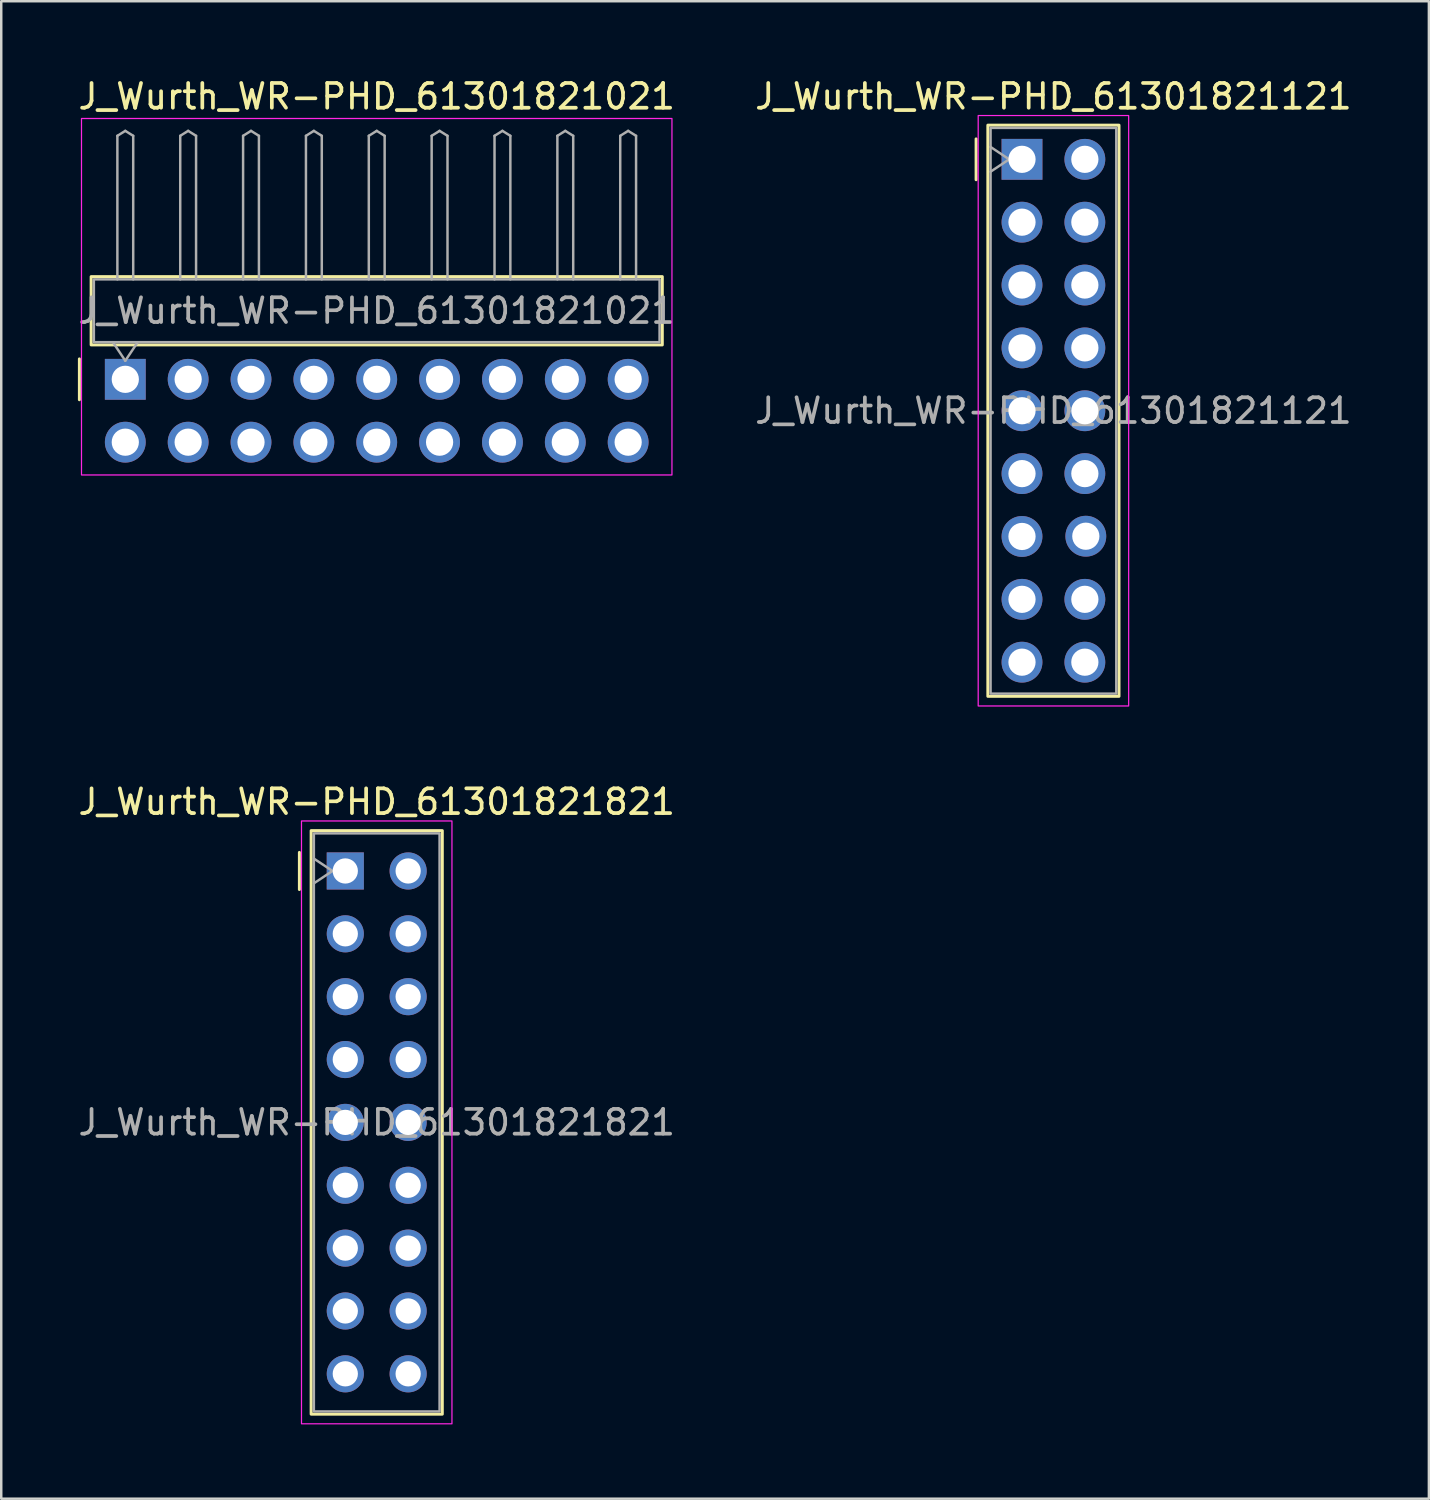
<source format=kicad_pcb>
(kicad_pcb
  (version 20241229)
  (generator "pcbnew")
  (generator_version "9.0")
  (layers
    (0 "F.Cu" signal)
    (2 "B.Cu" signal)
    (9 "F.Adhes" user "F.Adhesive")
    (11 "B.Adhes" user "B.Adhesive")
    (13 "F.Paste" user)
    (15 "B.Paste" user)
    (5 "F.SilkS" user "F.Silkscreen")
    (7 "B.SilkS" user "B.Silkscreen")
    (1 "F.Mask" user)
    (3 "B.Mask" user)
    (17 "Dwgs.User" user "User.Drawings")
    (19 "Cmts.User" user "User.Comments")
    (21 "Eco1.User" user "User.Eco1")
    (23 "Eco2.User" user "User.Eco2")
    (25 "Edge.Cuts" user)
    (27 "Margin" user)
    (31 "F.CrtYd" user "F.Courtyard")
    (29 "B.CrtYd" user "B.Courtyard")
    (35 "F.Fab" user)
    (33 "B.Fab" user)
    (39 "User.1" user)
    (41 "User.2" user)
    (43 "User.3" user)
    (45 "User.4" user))
  (footprint "J_Wurth_WR-PHD_61301821821"
    (layer "F.Cu")
    (at 10.903 32.145)
    (property "Reference" "J_Wurth_WR-PHD_61301821821" (at 1.27 -2.794 0) (unlocked yes) (layer "F.SilkS") (effects (font (size 1 1) (thickness 0.15))))
    (attr through_hole)
    (fp_line (start -1.855 -0.75) (end -1.855 0.75) (stroke (width 0.12) (type solid)) (layer "F.SilkS"))
    (fp_rect (start -1.38 -1.63) (end 3.92 21.95) (stroke (width 0.12) (type solid)) (fill no) (layer "F.SilkS"))
    (fp_rect (start -1.77 -2.02) (end 4.31 22.34) (stroke (width 0.05) (type solid)) (fill no) (layer "F.CrtYd"))
    (fp_line (start -1.27 -0.5) (end -0.52 0) (stroke (width 0.1) (type solid)) (layer "F.Fab"))
    (fp_line (start -0.52 0) (end -1.27 0.5) (stroke (width 0.1) (type solid)) (layer "F.Fab"))
    (fp_rect (start -1.27 -1.52) (end 3.81 21.84) (stroke (width 0.1) (type solid)) (fill no) (layer "F.Fab"))
    (fp_text user "${REFERENCE}" (at 1.27 10.16 0) (unlocked yes) (layer "F.Fab") (effects (font (size 1 1) (thickness 0.15))))
    (pad "1" thru_hole rect (at 0 0) (size 1.5 1.5) (drill 1.02) (layers "*.Cu" "*.Mask"))
    (pad "2" thru_hole circle (at 2.54 0) (size 1.5 1.5) (drill 1.02) (layers "*.Cu" "*.Mask"))
    (pad "3" thru_hole circle (at 0 2.54) (size 1.5 1.5) (drill 1.02) (layers "*.Cu" "*.Mask"))
    (pad "4" thru_hole circle (at 2.54 2.54) (size 1.5 1.5) (drill 1.02) (layers "*.Cu" "*.Mask"))
    (pad "5" thru_hole circle (at 0 5.08) (size 1.5 1.5) (drill 1.02) (layers "*.Cu" "*.Mask"))
    (pad "6" thru_hole circle (at 2.54 5.08) (size 1.5 1.5) (drill 1.02) (layers "*.Cu" "*.Mask"))
    (pad "7" thru_hole circle (at 0 7.62) (size 1.5 1.5) (drill 1.02) (layers "*.Cu" "*.Mask"))
    (pad "8" thru_hole circle (at 2.54 7.62) (size 1.5 1.5) (drill 1.02) (layers "*.Cu" "*.Mask"))
    (pad "9" thru_hole circle (at 0 10.16) (size 1.5 1.5) (drill 1.02) (layers "*.Cu" "*.Mask"))
    (pad "10" thru_hole circle (at 2.54 10.16) (size 1.5 1.5) (drill 1.02) (layers "*.Cu" "*.Mask"))
    (pad "11" thru_hole circle (at 0 12.7) (size 1.5 1.5) (drill 1.02) (layers "*.Cu" "*.Mask"))
    (pad "12" thru_hole circle (at 2.54 12.7) (size 1.5 1.5) (drill 1.02) (layers "*.Cu" "*.Mask"))
    (pad "13" thru_hole circle (at 0 15.24) (size 1.5 1.5) (drill 1.02) (layers "*.Cu" "*.Mask"))
    (pad "14" thru_hole circle (at 2.54 15.24) (size 1.5 1.5) (drill 1.02) (layers "*.Cu" "*.Mask"))
    (pad "15" thru_hole circle (at 0 17.78) (size 1.5 1.5) (drill 1.02) (layers "*.Cu" "*.Mask"))
    (pad "16" thru_hole circle (at 2.54 17.78) (size 1.5 1.5) (drill 1.02) (layers "*.Cu" "*.Mask"))
    (pad "17" thru_hole circle (at 0 20.32) (size 1.5 1.5) (drill 1.02) (layers "*.Cu" "*.Mask"))
    (pad "18" thru_hole circle (at 2.54 20.32) (size 1.5 1.5) (drill 1.02) (layers "*.Cu" "*.Mask")))
  (footprint "J_Wurth_WR-PHD_61301821021"
    (layer "F.Cu")
    (at 2.013 12.278)
    (property "Reference" "J_Wurth_WR-PHD_61301821021" (at 10.16 -11.43 0) (unlocked yes) (layer "F.SilkS") (effects (font (size 1 1) (thickness 0.15))))
    (attr through_hole)
    (fp_line (start -1.855 -0.825) (end -1.855 0.825) (stroke (width 0.12) (type solid)) (layer "F.SilkS"))
    (fp_rect (start -1.38 -4.15) (end 21.7 -1.39) (stroke (width 0.12) (type solid)) (fill no) (layer "F.SilkS"))
    (fp_rect (start -1.77 -10.54) (end 22.09 3.865) (stroke (width 0.05) (type solid)) (fill no) (layer "F.CrtYd"))
    (fp_line (start -0.32 -9.84) (end -0.32 -4.04) (stroke (width 0.1) (type solid)) (layer "F.Fab"))
    (fp_line (start 0 -10.04) (end -0.32 -9.84) (stroke (width 0.1) (type solid)) (layer "F.Fab"))
    (fp_line (start 0 -0.75) (end -0.5 -1.5) (stroke (width 0.1) (type solid)) (layer "F.Fab"))
    (fp_line (start 0 -0.75) (end 0.5 -1.5) (stroke (width 0.1) (type solid)) (layer "F.Fab"))
    (fp_line (start 0.32 -9.84) (end 0 -10.04) (stroke (width 0.1) (type default)) (layer "F.Fab"))
    (fp_line (start 0.32 -4.04) (end 0.32 -9.84) (stroke (width 0.1) (type solid)) (layer "F.Fab"))
    (fp_line (start 2.22 -9.84) (end 2.22 -4.04) (stroke (width 0.1) (type solid)) (layer "F.Fab"))
    (fp_line (start 2.54 -10.04) (end 2.22 -9.84) (stroke (width 0.1) (type solid)) (layer "F.Fab"))
    (fp_line (start 2.86 -9.84) (end 2.54 -10.04) (stroke (width 0.1) (type default)) (layer "F.Fab"))
    (fp_line (start 2.86 -4.04) (end 2.86 -9.84) (stroke (width 0.1) (type solid)) (layer "F.Fab"))
    (fp_line (start 4.76 -9.84) (end 4.76 -4.04) (stroke (width 0.1) (type solid)) (layer "F.Fab"))
    (fp_line (start 5.08 -10.04) (end 4.76 -9.84) (stroke (width 0.1) (type solid)) (layer "F.Fab"))
    (fp_line (start 5.4 -9.84) (end 5.08 -10.04) (stroke (width 0.1) (type default)) (layer "F.Fab"))
    (fp_line (start 5.4 -4.04) (end 5.4 -9.84) (stroke (width 0.1) (type solid)) (layer "F.Fab"))
    (fp_line (start 7.3 -9.84) (end 7.3 -4.04) (stroke (width 0.1) (type solid)) (layer "F.Fab"))
    (fp_line (start 7.62 -10.04) (end 7.3 -9.84) (stroke (width 0.1) (type solid)) (layer "F.Fab"))
    (fp_line (start 7.94 -9.84) (end 7.62 -10.04) (stroke (width 0.1) (type default)) (layer "F.Fab"))
    (fp_line (start 7.94 -4.04) (end 7.94 -9.84) (stroke (width 0.1) (type solid)) (layer "F.Fab"))
    (fp_line (start 9.84 -9.84) (end 9.84 -4.04) (stroke (width 0.1) (type solid)) (layer "F.Fab"))
    (fp_line (start 10.16 -10.04) (end 9.84 -9.84) (stroke (width 0.1) (type solid)) (layer "F.Fab"))
    (fp_line (start 10.48 -9.84) (end 10.16 -10.04) (stroke (width 0.1) (type solid)) (layer "F.Fab"))
    (fp_line (start 10.48 -4.04) (end 10.48 -9.84) (stroke (width 0.1) (type solid)) (layer "F.Fab"))
    (fp_line (start 12.38 -9.84) (end 12.38 -4.04) (stroke (width 0.1) (type solid)) (layer "F.Fab"))
    (fp_line (start 12.7 -10.04) (end 12.38 -9.84) (stroke (width 0.1) (type solid)) (layer "F.Fab"))
    (fp_line (start 13.02 -9.84) (end 12.7 -10.04) (stroke (width 0.1) (type solid)) (layer "F.Fab"))
    (fp_line (start 13.02 -4.04) (end 13.02 -9.84) (stroke (width 0.1) (type solid)) (layer "F.Fab"))
    (fp_line (start 14.92 -9.84) (end 14.92 -4.04) (stroke (width 0.1) (type solid)) (layer "F.Fab"))
    (fp_line (start 15.24 -10.04) (end 14.92 -9.84) (stroke (width 0.1) (type solid)) (layer "F.Fab"))
    (fp_line (start 15.56 -9.84) (end 15.24 -10.04) (stroke (width 0.1) (type solid)) (layer "F.Fab"))
    (fp_line (start 15.56 -4.04) (end 15.56 -9.84) (stroke (width 0.1) (type solid)) (layer "F.Fab"))
    (fp_line (start 17.46 -9.84) (end 17.46 -4.04) (stroke (width 0.1) (type solid)) (layer "F.Fab"))
    (fp_line (start 17.78 -10.04) (end 17.46 -9.84) (stroke (width 0.1) (type solid)) (layer "F.Fab"))
    (fp_line (start 17.78 -10.04) (end 18.1 -9.84) (stroke (width 0.1) (type solid)) (layer "F.Fab"))
    (fp_line (start 18.1 -4.04) (end 18.1 -9.84) (stroke (width 0.1) (type solid)) (layer "F.Fab"))
    (fp_line (start 20 -9.84) (end 20 -4.04) (stroke (width 0.1) (type solid)) (layer "F.Fab"))
    (fp_line (start 20.32 -10.04) (end 20 -9.84) (stroke (width 0.1) (type solid)) (layer "F.Fab"))
    (fp_line (start 20.32 -10.04) (end 20.64 -9.84) (stroke (width 0.1) (type solid)) (layer "F.Fab"))
    (fp_line (start 20.64 -4.04) (end 20.64 -9.84) (stroke (width 0.1) (type solid)) (layer "F.Fab"))
    (fp_rect (start -1.27 -4.04) (end 21.59 -1.5) (stroke (width 0.1) (type solid)) (fill no) (layer "F.Fab"))
    (fp_text user "${REFERENCE}" (at 10.16 -2.77 0) (unlocked yes) (layer "F.Fab") (effects (font (size 1 1) (thickness 0.15))))
    (pad "1" thru_hole rect (at 0 0 180) (size 1.65 1.65) (drill 1.1) (layers "*.Cu" "*.Mask"))
    (pad "2" thru_hole circle (at 0 2.54 180) (size 1.65 1.65) (drill 1.1) (layers "*.Cu" "*.Mask"))
    (pad "3" thru_hole circle (at 2.54 0 180) (size 1.65 1.65) (drill 1.1) (layers "*.Cu" "*.Mask"))
    (pad "4" thru_hole circle (at 2.54 2.54 180) (size 1.65 1.65) (drill 1.1) (layers "*.Cu" "*.Mask"))
    (pad "5" thru_hole circle (at 5.08 0 180) (size 1.65 1.65) (drill 1.1) (layers "*.Cu" "*.Mask"))
    (pad "6" thru_hole circle (at 5.08 2.54 180) (size 1.65 1.65) (drill 1.1) (layers "*.Cu" "*.Mask"))
    (pad "7" thru_hole circle (at 7.62 0 180) (size 1.65 1.65) (drill 1.1) (layers "*.Cu" "*.Mask"))
    (pad "8" thru_hole circle (at 7.62 2.54 180) (size 1.65 1.65) (drill 1.1) (layers "*.Cu" "*.Mask"))
    (pad "9" thru_hole circle (at 10.16 0 180) (size 1.65 1.65) (drill 1.1) (layers "*.Cu" "*.Mask"))
    (pad "10" thru_hole circle (at 10.16 2.54 180) (size 1.65 1.65) (drill 1.1) (layers "*.Cu" "*.Mask"))
    (pad "11" thru_hole circle (at 12.7 0 180) (size 1.65 1.65) (drill 1.1) (layers "*.Cu" "*.Mask"))
    (pad "12" thru_hole circle (at 12.7 2.54 180) (size 1.65 1.65) (drill 1.1) (layers "*.Cu" "*.Mask"))
    (pad "13" thru_hole circle (at 15.24 0 180) (size 1.65 1.65) (drill 1.1) (layers "*.Cu" "*.Mask"))
    (pad "14" thru_hole circle (at 15.24 2.54 180) (size 1.65 1.65) (drill 1.1) (layers "*.Cu" "*.Mask"))
    (pad "15" thru_hole circle (at 17.78 0 180) (size 1.65 1.65) (drill 1.1) (layers "*.Cu" "*.Mask"))
    (pad "16" thru_hole circle (at 17.78 2.54 180) (size 1.65 1.65) (drill 1.1) (layers "*.Cu" "*.Mask"))
    (pad "17" thru_hole circle (at 20.32 0 180) (size 1.65 1.65) (drill 1.1) (layers "*.Cu" "*.Mask"))
    (pad "18" thru_hole circle (at 20.32 2.54 180) (size 1.65 1.65) (drill 1.1) (layers "*.Cu" "*.Mask")))
  (footprint "J_Wurth_WR-PHD_61301821121"
    (layer "F.Cu")
    (at 38.248 3.388)
    (property "Reference" "J_Wurth_WR-PHD_61301821121" (at 1.27 -2.54 0) (unlocked yes) (layer "F.SilkS") (effects (font (size 1 1) (thickness 0.15))))
    (attr through_hole)
    (fp_line (start -1.855 -0.825) (end -1.855 0.825) (stroke (width 0.12) (type solid)) (layer "F.SilkS"))
    (fp_rect (start -1.38 -1.38) (end 3.92 21.7) (stroke (width 0.12) (type solid)) (fill no) (layer "F.SilkS"))
    (fp_rect (start -1.77 -1.77) (end 4.31 22.09) (stroke (width 0.05) (type solid)) (fill no) (layer "F.CrtYd"))
    (fp_line (start -1.27 -0.5) (end -0.52 0) (stroke (width 0.1) (type solid)) (layer "F.Fab"))
    (fp_line (start -0.52 0) (end -1.27 0.5) (stroke (width 0.1) (type solid)) (layer "F.Fab"))
    (fp_rect (start -1.27 -1.27) (end 3.81 21.59) (stroke (width 0.1) (type solid)) (fill no) (layer "F.Fab"))
    (fp_text user "${REFERENCE}" (at 1.27 10.16 0) (unlocked yes) (layer "F.Fab") (effects (font (size 1 1) (thickness 0.15))))
    (pad "1" thru_hole rect (at 0 0 270) (size 1.65 1.65) (drill 1.1) (layers "*.Cu" "*.Mask"))
    (pad "2" thru_hole circle (at 2.54 0 270) (size 1.65 1.65) (drill 1.1) (layers "*.Cu" "*.Mask"))
    (pad "3" thru_hole circle (at 0 2.54 270) (size 1.65 1.65) (drill 1.1) (layers "*.Cu" "*.Mask"))
    (pad "4" thru_hole circle (at 2.54 2.54 270) (size 1.65 1.65) (drill 1.1) (layers "*.Cu" "*.Mask"))
    (pad "5" thru_hole circle (at 0 5.08 270) (size 1.65 1.65) (drill 1.1) (layers "*.Cu" "*.Mask"))
    (pad "6" thru_hole circle (at 2.54 5.08 270) (size 1.65 1.65) (drill 1.1) (layers "*.Cu" "*.Mask"))
    (pad "7" thru_hole circle (at 0 7.62 270) (size 1.65 1.65) (drill 1.1) (layers "*.Cu" "*.Mask"))
    (pad "8" thru_hole circle (at 2.54 7.62 270) (size 1.65 1.65) (drill 1.1) (layers "*.Cu" "*.Mask"))
    (pad "9" thru_hole circle (at 0 10.16 270) (size 1.65 1.65) (drill 1.1) (layers "*.Cu" "*.Mask"))
    (pad "10" thru_hole circle (at 2.54 10.16 270) (size 1.65 1.65) (drill 1.1) (layers "*.Cu" "*.Mask"))
    (pad "11" thru_hole circle (at 0 12.7 270) (size 1.65 1.65) (drill 1.1) (layers "*.Cu" "*.Mask"))
    (pad "12" thru_hole circle (at 2.54 12.7 270) (size 1.65 1.65) (drill 1.1) (layers "*.Cu" "*.Mask"))
    (pad "13" thru_hole circle (at 0 15.24 270) (size 1.65 1.65) (drill 1.1) (layers "*.Cu" "*.Mask"))
    (pad "14" thru_hole circle (at 2.579 15.23 270) (size 1.65 1.65) (drill 1.1) (layers "*.Cu" "*.Mask"))
    (pad "15" thru_hole circle (at 0 17.78 270) (size 1.65 1.65) (drill 1.1) (layers "*.Cu" "*.Mask"))
    (pad "16" thru_hole circle (at 2.54 17.78 270) (size 1.65 1.65) (drill 1.1) (layers "*.Cu" "*.Mask"))
    (pad "17" thru_hole circle (at 0 20.32 270) (size 1.65 1.65) (drill 1.1) (layers "*.Cu" "*.Mask"))
    (pad "18" thru_hole circle (at 2.54 20.32 270) (size 1.65 1.65) (drill 1.1) (layers "*.Cu" "*.Mask")))
  (gr_rect
    (start -3 -3)
    (end 54.69 57.511)
    (stroke (width 0.1) (type default))
    (fill no)
    (layer "Edge.Cuts")))
</source>
